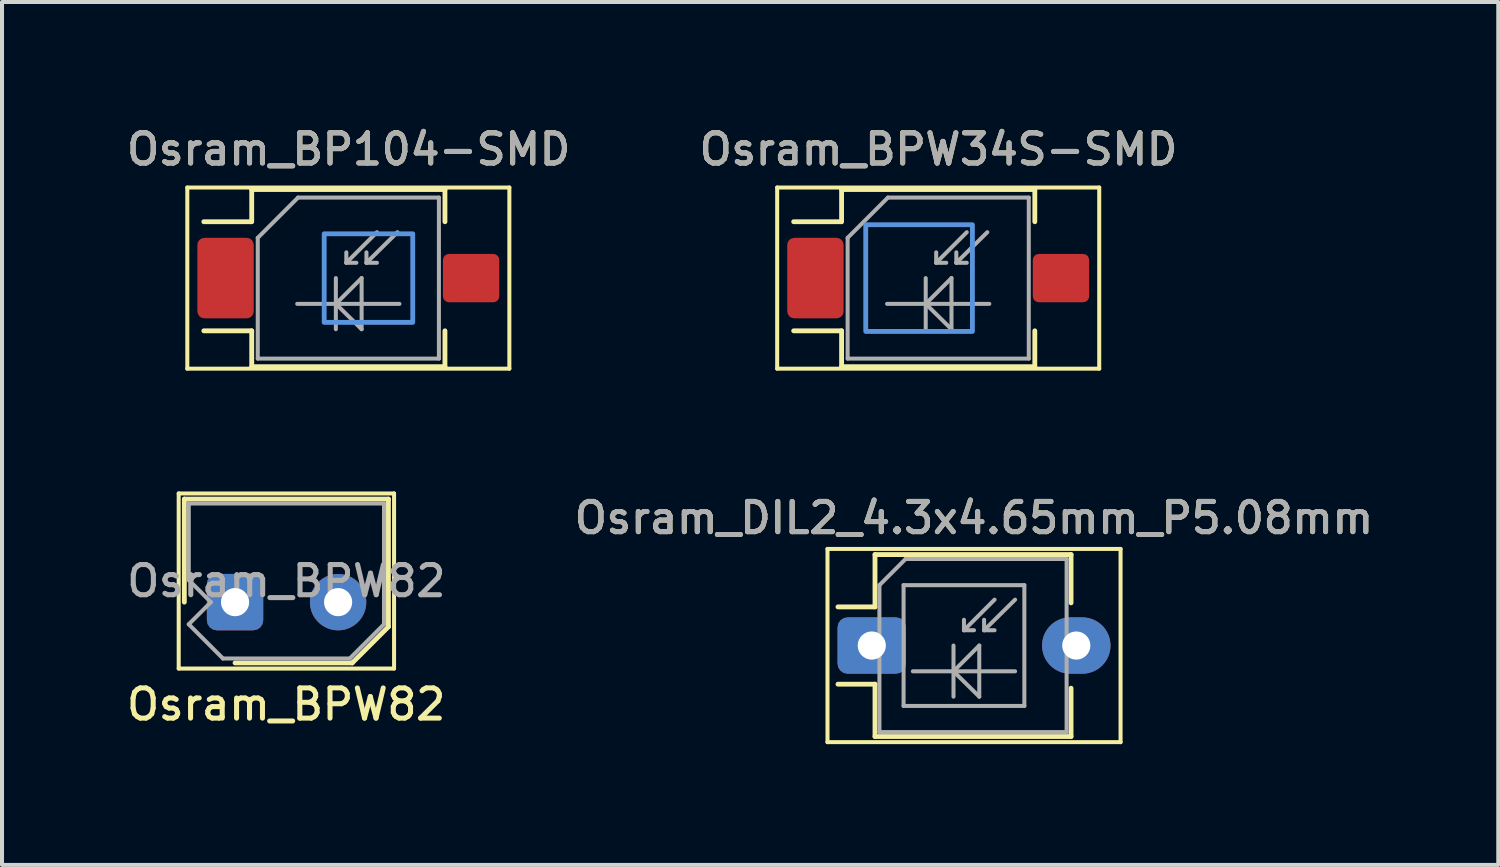
<source format=kicad_pcb>
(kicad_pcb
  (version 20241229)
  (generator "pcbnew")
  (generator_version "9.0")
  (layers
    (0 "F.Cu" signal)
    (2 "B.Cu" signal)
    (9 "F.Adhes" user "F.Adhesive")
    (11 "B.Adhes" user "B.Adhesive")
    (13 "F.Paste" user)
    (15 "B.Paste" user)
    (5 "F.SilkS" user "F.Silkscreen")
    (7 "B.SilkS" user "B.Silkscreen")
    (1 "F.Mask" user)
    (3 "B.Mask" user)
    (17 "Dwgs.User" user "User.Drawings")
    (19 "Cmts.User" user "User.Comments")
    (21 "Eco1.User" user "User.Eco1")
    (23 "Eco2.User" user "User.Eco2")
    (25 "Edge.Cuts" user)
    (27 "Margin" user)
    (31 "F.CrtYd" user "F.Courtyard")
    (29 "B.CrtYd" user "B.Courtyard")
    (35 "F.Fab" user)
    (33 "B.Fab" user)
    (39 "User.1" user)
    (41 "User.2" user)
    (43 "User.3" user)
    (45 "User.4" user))
  (footprint "Osram_BPW82"
    (layer "F.Cu")
    (at 2.789 11.908)
    (property "Reference" "Osram_BPW82" (at 1.27 2.54 0) (layer "F.SilkS") (effects (font (size 0.75 0.75) (thickness 0.125))))
    (attr through_hole)
    (fp_line (start -1.4 -2.7) (end -1.4 1.65) (stroke (width 0.1) (type solid)) (layer "F.SilkS"))
    (fp_line (start -1.4 -2.7) (end 3.95 -2.7) (stroke (width 0.1) (type solid)) (layer "F.SilkS"))
    (fp_line (start -1.26 -2.56) (end -1.26 0) (stroke (width 0.12) (type solid)) (layer "F.SilkS"))
    (fp_line (start -1.26 -2.56) (end 3.81 -2.56) (stroke (width 0.12) (type solid)) (layer "F.SilkS"))
    (fp_line (start 0 1.51) (end 2.91 1.51) (stroke (width 0.12) (type solid)) (layer "F.SilkS"))
    (fp_line (start 3.81 -2.56) (end 3.81 0.61) (stroke (width 0.12) (type solid)) (layer "F.SilkS"))
    (fp_line (start 3.81 0.61) (end 2.91 1.51) (stroke (width 0.12) (type solid)) (layer "F.SilkS"))
    (fp_line (start 3.95 1.65) (end -1.4 1.65) (stroke (width 0.1) (type solid)) (layer "F.SilkS"))
    (fp_line (start 3.95 1.65) (end 3.95 -2.7) (stroke (width 0.1) (type solid)) (layer "F.SilkS"))
    (fp_line (start -1.15 -2.45) (end 3.7 -2.45) (stroke (width 0.1) (type solid)) (layer "F.Fab"))
    (fp_line (start -1.15 -0.55) (end -1.15 -2.45) (stroke (width 0.1) (type solid)) (layer "F.Fab"))
    (fp_line (start -1.15 -0.55) (end -0.6 0) (stroke (width 0.1) (type solid)) (layer "F.Fab"))
    (fp_line (start -1.15 0.55) (end -0.6 0) (stroke (width 0.1) (type solid)) (layer "F.Fab"))
    (fp_line (start -0.3 1.4) (end -1.15 0.55) (stroke (width 0.1) (type solid)) (layer "F.Fab"))
    (fp_line (start 2.85 1.4) (end -0.3 1.4) (stroke (width 0.1) (type solid)) (layer "F.Fab"))
    (fp_line (start 3.7 -2.45) (end 3.7 0.55) (stroke (width 0.1) (type solid)) (layer "F.Fab"))
    (fp_line (start 3.7 0.55) (end 2.85 1.4) (stroke (width 0.1) (type solid)) (layer "F.Fab"))
    (fp_text user "${REFERENCE}" (at 1.275 -0.525 0) (layer "F.Fab") (effects (font (size 0.75 0.75) (thickness 0.125))))
    (pad "1" thru_hole roundrect (at 0 0) (size 1.4 1.4) (drill 0.7) (layers "*.Cu" "*.Mask") (roundrect_rratio 0.178))
    (pad "2" thru_hole circle (at 2.56 0) (size 1.4 1.4) (drill 0.7) (layers "*.Cu" "*.Mask")))
  (footprint "Osram_BPW34S-SMD"
    (layer "F.Cu")
    (at 20.256 3.858)
    (property "Reference" "Osram_BPW34S-SMD" (at 0.01 -3.2 0) (layer "F.SilkS") (effects (font (size 0.75 0.75) (thickness 0.125))))
    (attr smd)
    (fp_line (start -4 -2.25) (end -4 2.25) (stroke (width 0.1) (type solid)) (layer "F.SilkS"))
    (fp_line (start -4 -2.25) (end 4 -2.25) (stroke (width 0.1) (type solid)) (layer "F.SilkS"))
    (fp_line (start -3.59 1.31) (end -2.4 1.31) (stroke (width 0.12) (type solid)) (layer "F.SilkS"))
    (fp_line (start -2.41 -1.4) (end -3.59 -1.4) (stroke (width 0.12) (type solid)) (layer "F.SilkS"))
    (fp_line (start -2.4 -2.2) (end -2.4 -1.4) (stroke (width 0.12) (type solid)) (layer "F.SilkS"))
    (fp_line (start -2.4 1.31) (end -2.4 2.2) (stroke (width 0.12) (type solid)) (layer "F.SilkS"))
    (fp_line (start -2.4 2.2) (end 2.4 2.2) (stroke (width 0.12) (type solid)) (layer "F.SilkS"))
    (fp_line (start 2.4 -2.2) (end -2.4 -2.2) (stroke (width 0.12) (type solid)) (layer "F.SilkS"))
    (fp_line (start 2.4 -1.4) (end 2.4 -2.2) (stroke (width 0.12) (type solid)) (layer "F.SilkS"))
    (fp_line (start 2.4 2.2) (end 2.4 1.31) (stroke (width 0.12) (type solid)) (layer "F.SilkS"))
    (fp_line (start 4 2.25) (end -4 2.25) (stroke (width 0.1) (type solid)) (layer "F.SilkS"))
    (fp_line (start 4 2.25) (end 4 -2.25) (stroke (width 0.1) (type solid)) (layer "F.SilkS"))
    (fp_rect (start -1.8 -1.325) (end 0.85 1.325) (stroke (width 0.12) (type solid)) (fill no) (layer "Cmts.User"))
    (fp_line (start -2.25 -1) (end -2.25 2) (stroke (width 0.1) (type solid)) (layer "F.Fab"))
    (fp_line (start -2.25 -1) (end -1.25 -2) (stroke (width 0.1) (type solid)) (layer "F.Fab"))
    (fp_line (start -1.27 0.64) (end 1.27 0.64) (stroke (width 0.1) (type solid)) (layer "F.Fab"))
    (fp_line (start -1.25 -2) (end 2.25 -2) (stroke (width 0.1) (type solid)) (layer "F.Fab"))
    (fp_line (start -0.31 0) (end -0.31 1.27) (stroke (width 0.1) (type solid)) (layer "F.Fab"))
    (fp_line (start -0.31 0.64) (end 0.33 0) (stroke (width 0.1) (type solid)) (layer "F.Fab"))
    (fp_line (start -0.05 -0.38) (end -0.05 -0.64) (stroke (width 0.1) (type solid)) (layer "F.Fab"))
    (fp_line (start -0.05 -0.38) (end 0.2 -0.38) (stroke (width 0.1) (type solid)) (layer "F.Fab"))
    (fp_line (start 0.33 0) (end 0.33 1.27) (stroke (width 0.1) (type solid)) (layer "F.Fab"))
    (fp_line (start 0.33 1.27) (end -0.31 0.64) (stroke (width 0.1) (type solid)) (layer "F.Fab"))
    (fp_line (start 0.45 -0.38) (end 0.45 -0.64) (stroke (width 0.1) (type solid)) (layer "F.Fab"))
    (fp_line (start 0.45 -0.38) (end 0.71 -0.38) (stroke (width 0.1) (type solid)) (layer "F.Fab"))
    (fp_line (start 0.71 -1.14) (end -0.05 -0.38) (stroke (width 0.1) (type solid)) (layer "F.Fab"))
    (fp_line (start 1.22 -1.14) (end 0.45 -0.38) (stroke (width 0.1) (type solid)) (layer "F.Fab"))
    (fp_line (start 2.25 -2) (end 2.25 2) (stroke (width 0.1) (type solid)) (layer "F.Fab"))
    (fp_line (start 2.25 2) (end -2.25 2) (stroke (width 0.1) (type solid)) (layer "F.Fab"))
    (fp_text user "${REFERENCE}" (at 0.01 -3.2 0) (layer "F.Fab") (effects (font (size 0.75 0.75) (thickness 0.125))))
    (pad "" smd roundrect (at -3.05 0 180) (size 1.3 1.9) (layers "F.Paste") (roundrect_rratio 0.125))
    (pad "" smd roundrect (at -3.05 0 180) (size 1.5 2.1) (layers "F.Mask") (roundrect_rratio 0.125))
    (pad "" smd roundrect (at 3.05 0 180) (size 1.3 1.1) (layers "F.Paste") (roundrect_rratio 0.125))
    (pad "" smd roundrect (at 3.05 0 180) (size 1.5 1.3) (layers "F.Mask") (roundrect_rratio 0.125))
    (pad "1" smd roundrect (at -3.05 0 180) (size 1.4 2) (layers "F.Cu" "F.Mask") (roundrect_rratio 0.125))
    (pad "2" smd roundrect (at 3.05 0 180) (size 1.4 1.2) (layers "F.Cu" "F.Mask") (roundrect_rratio 0.125)))
  (footprint "Osram_BP104-SMD"
    (layer "F.Cu")
    (at 5.603 3.858)
    (property "Reference" "Osram_BP104-SMD" (at 0.01 -3.2 0) (layer "F.SilkS") (effects (font (size 0.75 0.75) (thickness 0.125))))
    (attr smd)
    (fp_line (start -4 -2.25) (end -4 2.25) (stroke (width 0.1) (type solid)) (layer "F.SilkS"))
    (fp_line (start -4 -2.25) (end 4 -2.25) (stroke (width 0.1) (type solid)) (layer "F.SilkS"))
    (fp_line (start -3.59 1.31) (end -2.4 1.31) (stroke (width 0.12) (type solid)) (layer "F.SilkS"))
    (fp_line (start -2.41 -1.4) (end -3.59 -1.4) (stroke (width 0.12) (type solid)) (layer "F.SilkS"))
    (fp_line (start -2.4 -2.2) (end -2.4 -1.4) (stroke (width 0.12) (type solid)) (layer "F.SilkS"))
    (fp_line (start -2.4 1.31) (end -2.4 2.2) (stroke (width 0.12) (type solid)) (layer "F.SilkS"))
    (fp_line (start -2.4 2.2) (end 2.4 2.2) (stroke (width 0.12) (type solid)) (layer "F.SilkS"))
    (fp_line (start 2.4 -2.2) (end -2.4 -2.2) (stroke (width 0.12) (type solid)) (layer "F.SilkS"))
    (fp_line (start 2.4 -1.4) (end 2.4 -2.2) (stroke (width 0.12) (type solid)) (layer "F.SilkS"))
    (fp_line (start 2.4 2.2) (end 2.4 1.31) (stroke (width 0.12) (type solid)) (layer "F.SilkS"))
    (fp_line (start 4 2.25) (end -4 2.25) (stroke (width 0.1) (type solid)) (layer "F.SilkS"))
    (fp_line (start 4 2.25) (end 4 -2.25) (stroke (width 0.1) (type solid)) (layer "F.SilkS"))
    (fp_rect (start -0.6 -1.1) (end 1.6 1.1) (stroke (width 0.12) (type solid)) (fill no) (layer "Cmts.User"))
    (fp_line (start -2.25 -1) (end -2.25 2) (stroke (width 0.1) (type solid)) (layer "F.Fab"))
    (fp_line (start -2.25 -1) (end -1.25 -2) (stroke (width 0.1) (type solid)) (layer "F.Fab"))
    (fp_line (start -1.27 0.64) (end 1.27 0.64) (stroke (width 0.1) (type solid)) (layer "F.Fab"))
    (fp_line (start -1.25 -2) (end 2.25 -2) (stroke (width 0.1) (type solid)) (layer "F.Fab"))
    (fp_line (start -0.31 0) (end -0.31 1.27) (stroke (width 0.1) (type solid)) (layer "F.Fab"))
    (fp_line (start -0.31 0.64) (end 0.33 0) (stroke (width 0.1) (type solid)) (layer "F.Fab"))
    (fp_line (start -0.05 -0.38) (end -0.05 -0.64) (stroke (width 0.1) (type solid)) (layer "F.Fab"))
    (fp_line (start -0.05 -0.38) (end 0.2 -0.38) (stroke (width 0.1) (type solid)) (layer "F.Fab"))
    (fp_line (start 0.33 0) (end 0.33 1.27) (stroke (width 0.1) (type solid)) (layer "F.Fab"))
    (fp_line (start 0.33 1.27) (end -0.31 0.64) (stroke (width 0.1) (type solid)) (layer "F.Fab"))
    (fp_line (start 0.45 -0.38) (end 0.45 -0.64) (stroke (width 0.1) (type solid)) (layer "F.Fab"))
    (fp_line (start 0.45 -0.38) (end 0.71 -0.38) (stroke (width 0.1) (type solid)) (layer "F.Fab"))
    (fp_line (start 0.71 -1.14) (end -0.05 -0.38) (stroke (width 0.1) (type solid)) (layer "F.Fab"))
    (fp_line (start 1.22 -1.14) (end 0.45 -0.38) (stroke (width 0.1) (type solid)) (layer "F.Fab"))
    (fp_line (start 2.25 -2) (end 2.25 2) (stroke (width 0.1) (type solid)) (layer "F.Fab"))
    (fp_line (start 2.25 2) (end -2.25 2) (stroke (width 0.1) (type solid)) (layer "F.Fab"))
    (fp_text user "${REFERENCE}" (at 0.01 -3.2 0) (layer "F.Fab") (effects (font (size 0.75 0.75) (thickness 0.125))))
    (pad "" smd roundrect (at -3.05 0 180) (size 1.3 1.9) (layers "F.Paste") (roundrect_rratio 0.125))
    (pad "" smd roundrect (at -3.05 0 180) (size 1.5 2.1) (layers "F.Mask") (roundrect_rratio 0.125))
    (pad "" smd roundrect (at 3.05 0 180) (size 1.3 1.1) (layers "F.Paste") (roundrect_rratio 0.125))
    (pad "" smd roundrect (at 3.05 0 180) (size 1.5 1.3) (layers "F.Mask") (roundrect_rratio 0.125))
    (pad "1" smd roundrect (at -3.05 0 180) (size 1.4 2) (layers "F.Cu" "F.Mask") (roundrect_rratio 0.125))
    (pad "2" smd roundrect (at 3.05 0 180) (size 1.4 1.2) (layers "F.Cu" "F.Mask") (roundrect_rratio 0.125)))
  (footprint "Osram_DIL2_4.3x4.65mm_P5.08mm"
    (layer "F.Cu")
    (at 18.606 12.986)
    (property "Reference" "Osram_DIL2_4.3x4.65mm_P5.08mm" (at 2.54 -3.17 0) (layer "F.SilkS") (effects (font (size 0.75 0.75) (thickness 0.125))))
    (attr through_hole)
    (fp_line (start -1.1 -2.4) (end -1.1 2.4) (stroke (width 0.1) (type solid)) (layer "F.SilkS"))
    (fp_line (start -1.1 -2.4) (end 6.18 -2.4) (stroke (width 0.1) (type solid)) (layer "F.SilkS"))
    (fp_line (start 0.08 -2.26) (end 0.08 -0.96) (stroke (width 0.12) (type solid)) (layer "F.SilkS"))
    (fp_line (start 0.08 -2.26) (end 4.95 -2.26) (stroke (width 0.12) (type solid)) (layer "F.SilkS"))
    (fp_line (start 0.08 -0.96) (end -0.84 -0.96) (stroke (width 0.12) (type solid)) (layer "F.SilkS"))
    (fp_line (start 0.08 0.96) (end -0.84 0.96) (stroke (width 0.12) (type solid)) (layer "F.SilkS"))
    (fp_line (start 0.08 0.96) (end 0.08 2.26) (stroke (width 0.12) (type solid)) (layer "F.SilkS"))
    (fp_line (start 4.95 -2.26) (end 4.95 -1.06) (stroke (width 0.12) (type solid)) (layer "F.SilkS"))
    (fp_line (start 4.95 1.06) (end 4.95 2.26) (stroke (width 0.12) (type solid)) (layer "F.SilkS"))
    (fp_line (start 4.95 2.26) (end 0.08 2.26) (stroke (width 0.12) (type solid)) (layer "F.SilkS"))
    (fp_line (start 6.18 2.4) (end -1.1 2.4) (stroke (width 0.1) (type solid)) (layer "F.SilkS"))
    (fp_line (start 6.18 2.4) (end 6.18 -2.4) (stroke (width 0.1) (type solid)) (layer "F.SilkS"))
    (fp_line (start 0.19 -1.5) (end 0.84 -2.15) (stroke (width 0.1) (type solid)) (layer "F.Fab"))
    (fp_line (start 0.19 2.15) (end 0.19 -1.5) (stroke (width 0.1) (type solid)) (layer "F.Fab"))
    (fp_line (start 0.79 -1.5) (end 0.79 1.5) (stroke (width 0.1) (type solid)) (layer "F.Fab"))
    (fp_line (start 0.79 1.5) (end 3.79 1.5) (stroke (width 0.1) (type solid)) (layer "F.Fab"))
    (fp_line (start 0.84 -2.15) (end 4.84 -2.15) (stroke (width 0.1) (type solid)) (layer "F.Fab"))
    (fp_line (start 1.02 0.64) (end 3.56 0.64) (stroke (width 0.1) (type solid)) (layer "F.Fab"))
    (fp_line (start 2.03 0) (end 2.03 1.27) (stroke (width 0.1) (type solid)) (layer "F.Fab"))
    (fp_line (start 2.03 0.64) (end 2.67 0) (stroke (width 0.1) (type solid)) (layer "F.Fab"))
    (fp_line (start 2.29 -0.38) (end 2.29 -0.64) (stroke (width 0.1) (type solid)) (layer "F.Fab"))
    (fp_line (start 2.29 -0.38) (end 2.54 -0.38) (stroke (width 0.1) (type solid)) (layer "F.Fab"))
    (fp_line (start 2.67 0) (end 2.67 1.27) (stroke (width 0.1) (type solid)) (layer "F.Fab"))
    (fp_line (start 2.67 1.27) (end 2.03 0.64) (stroke (width 0.1) (type solid)) (layer "F.Fab"))
    (fp_line (start 2.79 -0.38) (end 2.79 -0.64) (stroke (width 0.1) (type solid)) (layer "F.Fab"))
    (fp_line (start 2.79 -0.38) (end 3.05 -0.38) (stroke (width 0.1) (type solid)) (layer "F.Fab"))
    (fp_line (start 3.05 -1.14) (end 2.29 -0.38) (stroke (width 0.1) (type solid)) (layer "F.Fab"))
    (fp_line (start 3.56 -1.14) (end 2.79 -0.38) (stroke (width 0.1) (type solid)) (layer "F.Fab"))
    (fp_line (start 3.79 -1.5) (end 0.79 -1.5) (stroke (width 0.1) (type solid)) (layer "F.Fab"))
    (fp_line (start 3.79 1.5) (end 3.79 -1.5) (stroke (width 0.1) (type solid)) (layer "F.Fab"))
    (fp_line (start 4.84 -2.15) (end 4.84 2.15) (stroke (width 0.1) (type solid)) (layer "F.Fab"))
    (fp_line (start 4.84 2.15) (end 0.19 2.15) (stroke (width 0.1) (type solid)) (layer "F.Fab"))
    (fp_text user "${REFERENCE}" (at 2.54 -3.17 0) (layer "F.Fab") (effects (font (size 0.75 0.75) (thickness 0.125))))
    (pad "1" thru_hole roundrect (at 0 0) (size 1.7 1.4) (drill 0.7) (layers "*.Cu" "*.Mask") (roundrect_rratio 0.178))
    (pad "2" thru_hole oval (at 5.08 0) (size 1.7 1.4) (drill 0.7) (layers "*.Cu" "*.Mask")))
  (gr_rect
    (start -3 -3)
    (end 34.169 18.436)
    (stroke (width 0.1) (type default))
    (fill no)
    (layer "Edge.Cuts")))
</source>
